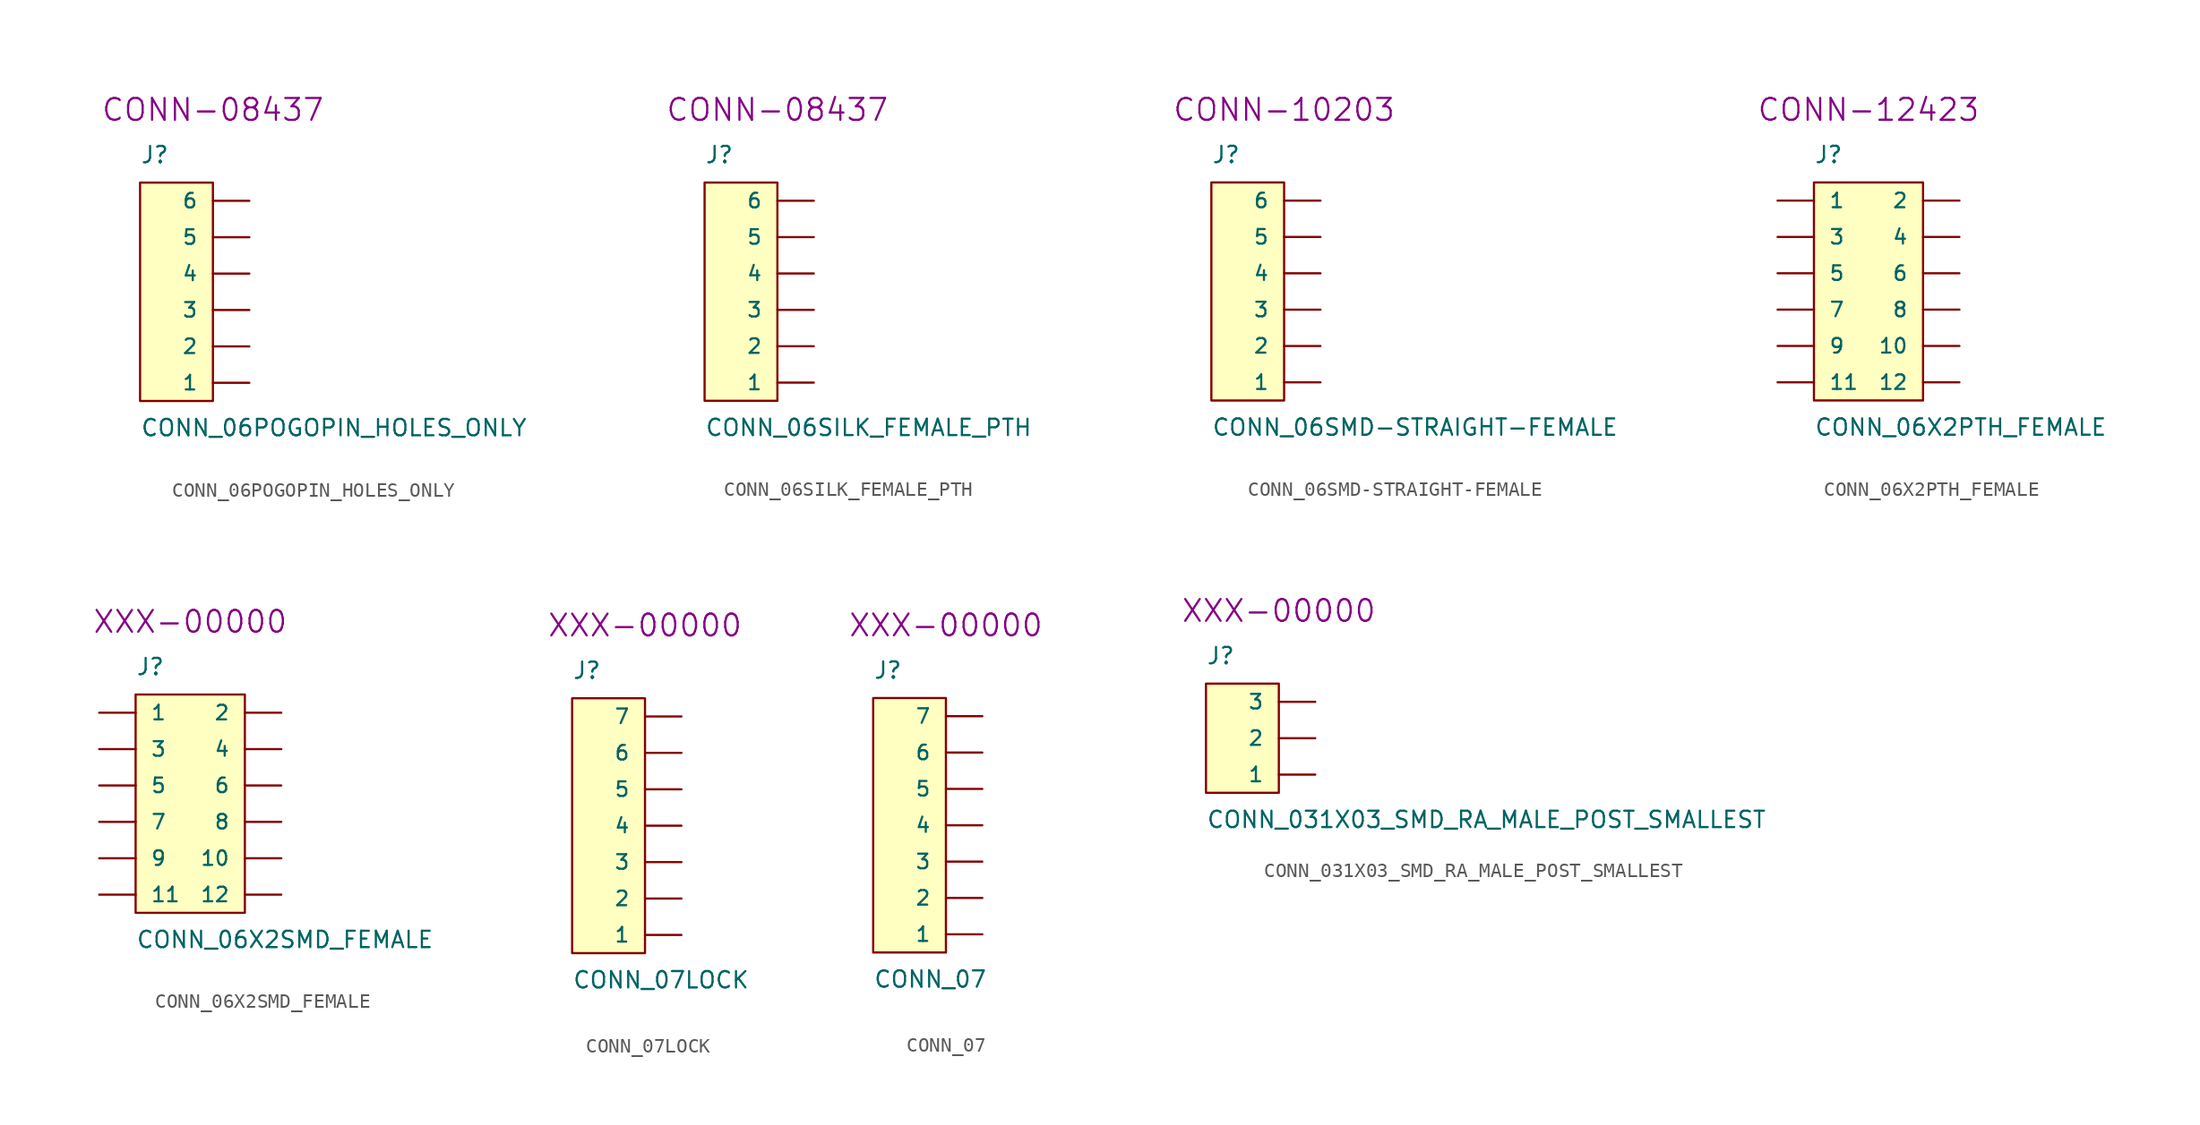
<source format=kicad_sym>
(kicad_symbol_lib
  (version 20220914)
  (generator kicad_symbol_editor)
  (symbol "CONN_06POGOPIN_HOLES_ONLY"
    (pin_numbers hide)
    (pin_names
      (offset 1.016))
    (property "Reference" "J"
      (at -5.08 15.24 0)
      (effects (font (size 1.143 1.143)) (justify left bottom)))
    (property "Value" "CONN_06POGOPIN_HOLES_ONLY"
      (at -5.08 -3.81 0)
      (effects (font (size 1.143 1.143)) (justify left bottom)))
    (property "Field4" "CONN-08437"
      (at 0 19.05 0)
      (effects (font (size 1.524 1.524))))
    (property "ki_locked" ""
      (at 0 0 0)
      (effects (font (size 1.27 1.27))))
    (symbol "CONN_06POGOPIN_HOLES_ONLY_0_1"
      (rectangle (start 0 -1.27) (end -5.08 13.97) (stroke (width 0) (type solid)) (fill (type background))))
    (symbol "CONN_06POGOPIN_HOLES_ONLY_1_1"
      (pin passive line (at 2.54 0 180) (length 2.54) (name "1" (effects (font (size 1.016 1.016)))) (number "1" (effects (font (size 1.016 1.016)))))
      (pin passive line (at 2.54 2.54 180) (length 2.54) (name "2" (effects (font (size 1.016 1.016)))) (number "2" (effects (font (size 1.016 1.016)))))
      (pin passive line (at 2.54 5.08 180) (length 2.54) (name "3" (effects (font (size 1.016 1.016)))) (number "3" (effects (font (size 1.016 1.016)))))
      (pin passive line (at 2.54 7.62 180) (length 2.54) (name "4" (effects (font (size 1.016 1.016)))) (number "4" (effects (font (size 1.016 1.016)))))
      (pin passive line (at 2.54 10.16 180) (length 2.54) (name "5" (effects (font (size 1.016 1.016)))) (number "5" (effects (font (size 1.016 1.016)))))
      (pin passive line (at 2.54 12.7 180) (length 2.54) (name "6" (effects (font (size 1.016 1.016)))) (number "6" (effects (font (size 1.016 1.016)))))))
  (symbol "CONN_06SILK_FEMALE_PTH"
    (pin_numbers hide)
    (pin_names
      (offset 1.016))
    (property "Reference" "J"
      (at -5.08 15.24 0)
      (effects (font (size 1.143 1.143)) (justify left bottom)))
    (property "Value" "CONN_06SILK_FEMALE_PTH"
      (at -5.08 -3.81 0)
      (effects (font (size 1.143 1.143)) (justify left bottom)))
    (property "Field4" "CONN-08437"
      (at 0 19.05 0)
      (effects (font (size 1.524 1.524))))
    (property "ki_locked" ""
      (at 0 0 0)
      (effects (font (size 1.27 1.27))))
    (symbol "CONN_06SILK_FEMALE_PTH_0_1"
      (rectangle (start 0 -1.27) (end -5.08 13.97) (stroke (width 0) (type solid)) (fill (type background))))
    (symbol "CONN_06SILK_FEMALE_PTH_1_1"
      (pin passive line (at 2.54 0 180) (length 2.54) (name "1" (effects (font (size 1.016 1.016)))) (number "1" (effects (font (size 1.016 1.016)))))
      (pin passive line (at 2.54 2.54 180) (length 2.54) (name "2" (effects (font (size 1.016 1.016)))) (number "2" (effects (font (size 1.016 1.016)))))
      (pin passive line (at 2.54 5.08 180) (length 2.54) (name "3" (effects (font (size 1.016 1.016)))) (number "3" (effects (font (size 1.016 1.016)))))
      (pin passive line (at 2.54 7.62 180) (length 2.54) (name "4" (effects (font (size 1.016 1.016)))) (number "4" (effects (font (size 1.016 1.016)))))
      (pin passive line (at 2.54 10.16 180) (length 2.54) (name "5" (effects (font (size 1.016 1.016)))) (number "5" (effects (font (size 1.016 1.016)))))
      (pin passive line (at 2.54 12.7 180) (length 2.54) (name "6" (effects (font (size 1.016 1.016)))) (number "6" (effects (font (size 1.016 1.016)))))))
  (symbol "CONN_06SMD-STRAIGHT-FEMALE"
    (pin_numbers hide)
    (pin_names
      (offset 1.016))
    (property "Reference" "J"
      (at -5.08 15.24 0)
      (effects (font (size 1.143 1.143)) (justify left bottom)))
    (property "Value" "CONN_06SMD-STRAIGHT-FEMALE"
      (at -5.08 -3.81 0)
      (effects (font (size 1.143 1.143)) (justify left bottom)))
    (property "Field4" "CONN-10203"
      (at 0 19.05 0)
      (effects (font (size 1.524 1.524))))
    (property "ki_locked" ""
      (at 0 0 0)
      (effects (font (size 1.27 1.27))))
    (symbol "CONN_06SMD-STRAIGHT-FEMALE_0_1"
      (rectangle (start 0 -1.27) (end -5.08 13.97) (stroke (width 0) (type solid)) (fill (type background))))
    (symbol "CONN_06SMD-STRAIGHT-FEMALE_1_1"
      (pin passive line (at 2.54 0 180) (length 2.54) (name "1" (effects (font (size 1.016 1.016)))) (number "1" (effects (font (size 1.016 1.016)))))
      (pin passive line (at 2.54 2.54 180) (length 2.54) (name "2" (effects (font (size 1.016 1.016)))) (number "2" (effects (font (size 1.016 1.016)))))
      (pin passive line (at 2.54 5.08 180) (length 2.54) (name "3" (effects (font (size 1.016 1.016)))) (number "3" (effects (font (size 1.016 1.016)))))
      (pin passive line (at 2.54 7.62 180) (length 2.54) (name "4" (effects (font (size 1.016 1.016)))) (number "4" (effects (font (size 1.016 1.016)))))
      (pin passive line (at 2.54 10.16 180) (length 2.54) (name "5" (effects (font (size 1.016 1.016)))) (number "5" (effects (font (size 1.016 1.016)))))
      (pin passive line (at 2.54 12.7 180) (length 2.54) (name "6" (effects (font (size 1.016 1.016)))) (number "6" (effects (font (size 1.016 1.016)))))))
  (symbol "CONN_06X2PTH_FEMALE"
    (pin_numbers hide)
    (pin_names
      (offset 1.016))
    (property "Reference" "J"
      (at -3.81 8.89 0)
      (effects (font (size 1.143 1.143)) (justify left bottom)))
    (property "Value" "CONN_06X2PTH_FEMALE"
      (at -3.81 -10.16 0)
      (effects (font (size 1.143 1.143)) (justify left bottom)))
    (property "Field4" "CONN-12423"
      (at 0 12.7 0)
      (effects (font (size 1.524 1.524))))
    (property "ki_locked" ""
      (at 0 0 0)
      (effects (font (size 1.27 1.27))))
    (symbol "CONN_06X2PTH_FEMALE_0_1"
      (rectangle (start 3.81 -7.62) (end -3.81 7.62) (stroke (width 0) (type solid)) (fill (type background))))
    (symbol "CONN_06X2PTH_FEMALE_1_1"
      (pin passive line (at -6.35 6.35 0) (length 2.54) (name "1" (effects (font (size 1.016 1.016)))) (number "1" (effects (font (size 1.016 1.016)))))
      (pin passive line (at 6.35 -3.81 180) (length 2.54) (name "10" (effects (font (size 1.016 1.016)))) (number "10" (effects (font (size 1.016 1.016)))))
      (pin passive line (at -6.35 -6.35 0) (length 2.54) (name "11" (effects (font (size 1.016 1.016)))) (number "11" (effects (font (size 1.016 1.016)))))
      (pin passive line (at 6.35 -6.35 180) (length 2.54) (name "12" (effects (font (size 1.016 1.016)))) (number "12" (effects (font (size 1.016 1.016)))))
      (pin passive line (at 6.35 6.35 180) (length 2.54) (name "2" (effects (font (size 1.016 1.016)))) (number "2" (effects (font (size 1.016 1.016)))))
      (pin passive line (at -6.35 3.81 0) (length 2.54) (name "3" (effects (font (size 1.016 1.016)))) (number "3" (effects (font (size 1.016 1.016)))))
      (pin passive line (at 6.35 3.81 180) (length 2.54) (name "4" (effects (font (size 1.016 1.016)))) (number "4" (effects (font (size 1.016 1.016)))))
      (pin passive line (at -6.35 1.27 0) (length 2.54) (name "5" (effects (font (size 1.016 1.016)))) (number "5" (effects (font (size 1.016 1.016)))))
      (pin passive line (at 6.35 1.27 180) (length 2.54) (name "6" (effects (font (size 1.016 1.016)))) (number "6" (effects (font (size 1.016 1.016)))))
      (pin passive line (at -6.35 -1.27 0) (length 2.54) (name "7" (effects (font (size 1.016 1.016)))) (number "7" (effects (font (size 1.016 1.016)))))
      (pin passive line (at 6.35 -1.27 180) (length 2.54) (name "8" (effects (font (size 1.016 1.016)))) (number "8" (effects (font (size 1.016 1.016)))))
      (pin passive line (at -6.35 -3.81 0) (length 2.54) (name "9" (effects (font (size 1.016 1.016)))) (number "9" (effects (font (size 1.016 1.016)))))))
  (symbol "CONN_06X2SMD_FEMALE"
    (pin_numbers hide)
    (pin_names
      (offset 1.016))
    (property "Reference" "J"
      (at -3.81 8.89 0)
      (effects (font (size 1.143 1.143)) (justify left bottom)))
    (property "Value" "CONN_06X2SMD_FEMALE"
      (at -3.81 -10.16 0)
      (effects (font (size 1.143 1.143)) (justify left bottom)))
    (property "Field4" "XXX-00000"
      (at 0 12.7 0)
      (effects (font (size 1.524 1.524))))
    (property "ki_locked" ""
      (at 0 0 0)
      (effects (font (size 1.27 1.27))))
    (symbol "CONN_06X2SMD_FEMALE_0_1"
      (rectangle (start 3.81 -7.62) (end -3.81 7.62) (stroke (width 0) (type solid)) (fill (type background))))
    (symbol "CONN_06X2SMD_FEMALE_1_1"
      (pin passive line (at -6.35 6.35 0) (length 2.54) (name "1" (effects (font (size 1.016 1.016)))) (number "1" (effects (font (size 1.016 1.016)))))
      (pin passive line (at 6.35 -3.81 180) (length 2.54) (name "10" (effects (font (size 1.016 1.016)))) (number "10" (effects (font (size 1.016 1.016)))))
      (pin passive line (at -6.35 -6.35 0) (length 2.54) (name "11" (effects (font (size 1.016 1.016)))) (number "11" (effects (font (size 1.016 1.016)))))
      (pin passive line (at 6.35 -6.35 180) (length 2.54) (name "12" (effects (font (size 1.016 1.016)))) (number "12" (effects (font (size 1.016 1.016)))))
      (pin passive line (at 6.35 6.35 180) (length 2.54) (name "2" (effects (font (size 1.016 1.016)))) (number "2" (effects (font (size 1.016 1.016)))))
      (pin passive line (at -6.35 3.81 0) (length 2.54) (name "3" (effects (font (size 1.016 1.016)))) (number "3" (effects (font (size 1.016 1.016)))))
      (pin passive line (at 6.35 3.81 180) (length 2.54) (name "4" (effects (font (size 1.016 1.016)))) (number "4" (effects (font (size 1.016 1.016)))))
      (pin passive line (at -6.35 1.27 0) (length 2.54) (name "5" (effects (font (size 1.016 1.016)))) (number "5" (effects (font (size 1.016 1.016)))))
      (pin passive line (at 6.35 1.27 180) (length 2.54) (name "6" (effects (font (size 1.016 1.016)))) (number "6" (effects (font (size 1.016 1.016)))))
      (pin passive line (at -6.35 -1.27 0) (length 2.54) (name "7" (effects (font (size 1.016 1.016)))) (number "7" (effects (font (size 1.016 1.016)))))
      (pin passive line (at 6.35 -1.27 180) (length 2.54) (name "8" (effects (font (size 1.016 1.016)))) (number "8" (effects (font (size 1.016 1.016)))))
      (pin passive line (at -6.35 -3.81 0) (length 2.54) (name "9" (effects (font (size 1.016 1.016)))) (number "9" (effects (font (size 1.016 1.016)))))))
  (symbol "CONN_07LOCK"
    (pin_numbers hide)
    (pin_names
      (offset 1.016))
    (property "Reference" "J"
      (at -5.08 17.78 0)
      (effects (font (size 1.143 1.143)) (justify left bottom)))
    (property "Value" "CONN_07LOCK"
      (at -5.08 -3.81 0)
      (effects (font (size 1.143 1.143)) (justify left bottom)))
    (property "Field4" "XXX-00000"
      (at 0 21.59 0)
      (effects (font (size 1.524 1.524))))
    (property "ki_locked" ""
      (at 0 0 0)
      (effects (font (size 1.27 1.27))))
    (symbol "CONN_07LOCK_0_1"
      (rectangle (start 0 -1.27) (end -5.08 16.51) (stroke (width 0) (type solid)) (fill (type background))))
    (symbol "CONN_07LOCK_1_1"
      (pin passive line (at 2.54 0 180) (length 2.54) (name "1" (effects (font (size 1.016 1.016)))) (number "1" (effects (font (size 1.016 1.016)))))
      (pin passive line (at 2.54 2.54 180) (length 2.54) (name "2" (effects (font (size 1.016 1.016)))) (number "2" (effects (font (size 1.016 1.016)))))
      (pin passive line (at 2.54 5.08 180) (length 2.54) (name "3" (effects (font (size 1.016 1.016)))) (number "3" (effects (font (size 1.016 1.016)))))
      (pin passive line (at 2.54 7.62 180) (length 2.54) (name "4" (effects (font (size 1.016 1.016)))) (number "4" (effects (font (size 1.016 1.016)))))
      (pin passive line (at 2.54 10.16 180) (length 2.54) (name "5" (effects (font (size 1.016 1.016)))) (number "5" (effects (font (size 1.016 1.016)))))
      (pin passive line (at 2.54 12.7 180) (length 2.54) (name "6" (effects (font (size 1.016 1.016)))) (number "6" (effects (font (size 1.016 1.016)))))
      (pin passive line (at 2.54 15.24 180) (length 2.54) (name "7" (effects (font (size 1.016 1.016)))) (number "7" (effects (font (size 1.016 1.016)))))))
  (symbol "CONN_07"
    (pin_numbers hide)
    (pin_names
      (offset 1.016))
    (property "Reference" "J"
      (at -5.08 17.78 0)
      (effects (font (size 1.143 1.143)) (justify left bottom)))
    (property "Value" "CONN_07"
      (at -5.08 -3.81 0)
      (effects (font (size 1.143 1.143)) (justify left bottom)))
    (property "Field4" "XXX-00000"
      (at 0 21.59 0)
      (effects (font (size 1.524 1.524))))
    (property "ki_locked" ""
      (at 0 0 0)
      (effects (font (size 1.27 1.27))))
    (symbol "CONN_07_0_1"
      (rectangle (start 0 -1.27) (end -5.08 16.51) (stroke (width 0) (type solid)) (fill (type background))))
    (symbol "CONN_07_1_1"
      (pin passive line (at 2.54 0 180) (length 2.54) (name "1" (effects (font (size 1.016 1.016)))) (number "1" (effects (font (size 1.016 1.016)))))
      (pin passive line (at 2.54 2.54 180) (length 2.54) (name "2" (effects (font (size 1.016 1.016)))) (number "2" (effects (font (size 1.016 1.016)))))
      (pin passive line (at 2.54 5.08 180) (length 2.54) (name "3" (effects (font (size 1.016 1.016)))) (number "3" (effects (font (size 1.016 1.016)))))
      (pin passive line (at 2.54 7.62 180) (length 2.54) (name "4" (effects (font (size 1.016 1.016)))) (number "4" (effects (font (size 1.016 1.016)))))
      (pin passive line (at 2.54 10.16 180) (length 2.54) (name "5" (effects (font (size 1.016 1.016)))) (number "5" (effects (font (size 1.016 1.016)))))
      (pin passive line (at 2.54 12.7 180) (length 2.54) (name "6" (effects (font (size 1.016 1.016)))) (number "6" (effects (font (size 1.016 1.016)))))
      (pin passive line (at 2.54 15.24 180) (length 2.54) (name "7" (effects (font (size 1.016 1.016)))) (number "7" (effects (font (size 1.016 1.016)))))))
  (symbol "CONN_031X03_SMD_RA_MALE_POST_SMALLEST"
    (pin_numbers hide)
    (pin_names
      (offset 1.016))
    (property "Reference" "J"
      (at -5.08 7.62 0)
      (effects (font (size 1.143 1.143)) (justify left bottom)))
    (property "Value" "CONN_031X03_SMD_RA_MALE_POST_SMALLEST"
      (at -5.08 -3.81 0)
      (effects (font (size 1.143 1.143)) (justify left bottom)))
    (property "Field4" "XXX-00000"
      (at 0 11.43 0)
      (effects (font (size 1.524 1.524))))
    (property "ki_locked" ""
      (at 0 0 0)
      (effects (font (size 1.27 1.27))))
    (symbol "CONN_031X03_SMD_RA_MALE_POST_SMALLEST_0_1"
      (rectangle (start 0 -1.27) (end -5.08 6.35) (stroke (width 0) (type solid)) (fill (type background))))
    (symbol "CONN_031X03_SMD_RA_MALE_POST_SMALLEST_1_1"
      (pin passive line (at 2.54 0 180) (length 2.54) (name "1" (effects (font (size 1.016 1.016)))) (number "1" (effects (font (size 1.016 1.016)))))
      (pin passive line (at 2.54 2.54 180) (length 2.54) (name "2" (effects (font (size 1.016 1.016)))) (number "2" (effects (font (size 1.016 1.016)))))
      (pin passive line (at 2.54 5.08 180) (length 2.54) (name "3" (effects (font (size 1.016 1.016)))) (number "3" (effects (font (size 1.016 1.016))))))))
</source>
